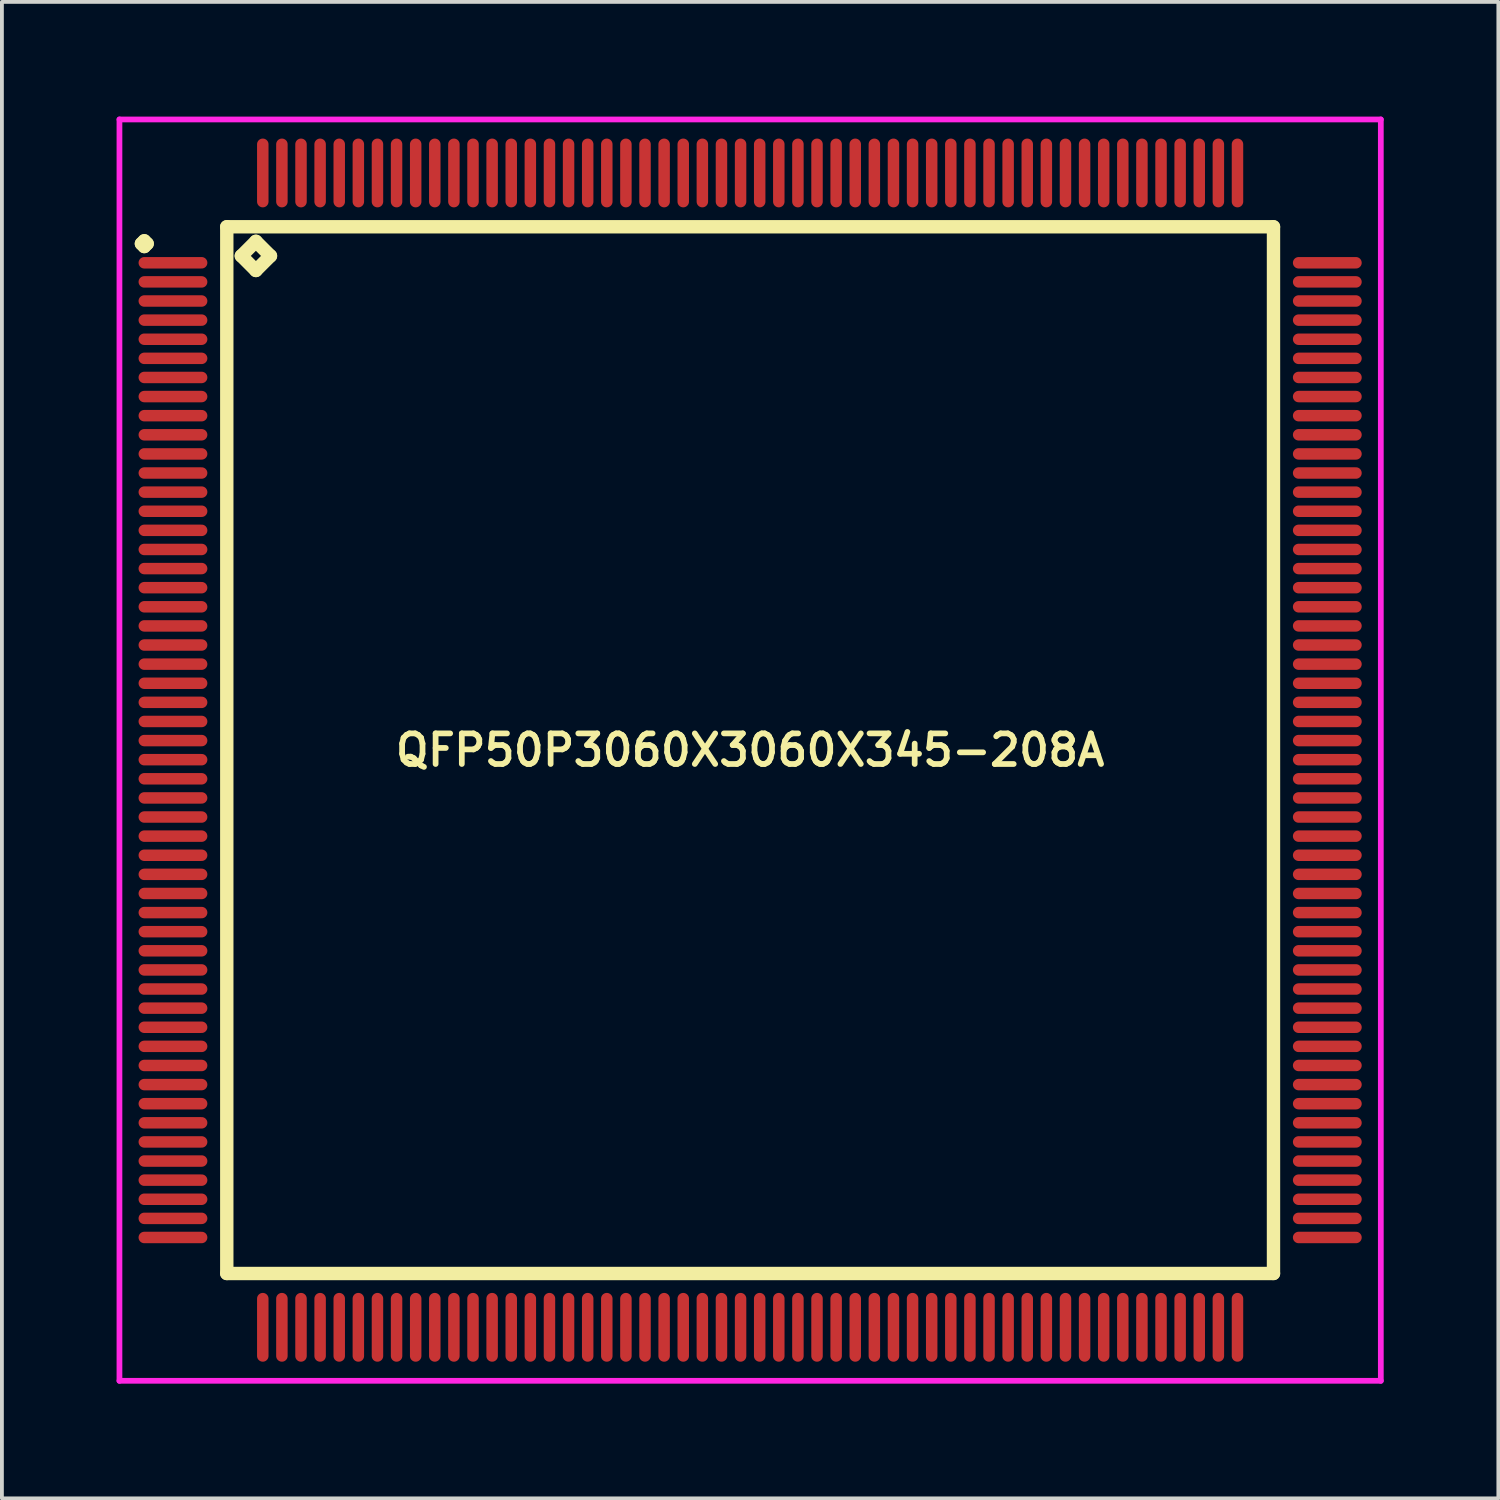
<source format=kicad_pcb>
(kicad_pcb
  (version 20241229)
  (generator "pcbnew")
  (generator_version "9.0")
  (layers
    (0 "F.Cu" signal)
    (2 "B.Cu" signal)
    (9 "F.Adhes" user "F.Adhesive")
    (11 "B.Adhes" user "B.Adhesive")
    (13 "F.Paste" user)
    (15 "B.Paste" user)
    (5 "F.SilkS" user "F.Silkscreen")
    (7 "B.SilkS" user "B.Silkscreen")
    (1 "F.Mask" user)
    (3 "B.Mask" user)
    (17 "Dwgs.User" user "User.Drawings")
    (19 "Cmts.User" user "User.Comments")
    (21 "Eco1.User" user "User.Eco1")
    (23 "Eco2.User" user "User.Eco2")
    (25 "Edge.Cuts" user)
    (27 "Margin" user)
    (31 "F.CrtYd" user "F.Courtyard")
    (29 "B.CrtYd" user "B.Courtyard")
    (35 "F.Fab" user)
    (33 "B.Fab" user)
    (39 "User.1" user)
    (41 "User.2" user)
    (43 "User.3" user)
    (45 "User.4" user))
  (footprint "QFP50P3060X3060X345-208A"
    (layer "F.Cu")
    (at 16.575 16.575)
    (property "Reference" "QFP50P3060X3060X345-208A" (at 0 0 0) (layer "F.SilkS") (effects (font (size 0.8 0.8) (thickness 0.15))))
    (attr smd)
    (fp_line (start -15.925 -13.25) (end -15.85 -13.325) (stroke (width 0.35) (type solid)) (layer "F.SilkS"))
    (fp_line (start -15.85 -13.325) (end -15.775 -13.25) (stroke (width 0.35) (type solid)) (layer "F.SilkS"))
    (fp_line (start -15.85 -13.175) (end -15.925 -13.25) (stroke (width 0.35) (type solid)) (layer "F.SilkS"))
    (fp_line (start -15.775 -13.25) (end -15.85 -13.175) (stroke (width 0.35) (type solid)) (layer "F.SilkS"))
    (fp_line (start -13.692 -13.692) (end -13.692 13.692) (stroke (width 0.35) (type solid)) (layer "F.SilkS"))
    (fp_line (start -13.692 13.692) (end 13.692 13.692) (stroke (width 0.35) (type solid)) (layer "F.SilkS"))
    (fp_line (start -13.311 -12.93) (end -12.93 -13.311) (stroke (width 0.35) (type solid)) (layer "F.SilkS"))
    (fp_line (start -12.93 -13.311) (end -12.549 -12.93) (stroke (width 0.35) (type solid)) (layer "F.SilkS"))
    (fp_line (start -12.93 -12.549) (end -13.311 -12.93) (stroke (width 0.35) (type solid)) (layer "F.SilkS"))
    (fp_line (start -12.549 -12.93) (end -12.93 -12.549) (stroke (width 0.35) (type solid)) (layer "F.SilkS"))
    (fp_line (start 13.692 -13.692) (end -13.692 -13.692) (stroke (width 0.35) (type solid)) (layer "F.SilkS"))
    (fp_line (start 13.692 13.692) (end 13.692 -13.692) (stroke (width 0.35) (type solid)) (layer "F.SilkS"))
    (fp_line (start -16.5 -16.5) (end 16.5 -16.5) (stroke (width 0.15) (type solid)) (layer "F.CrtYd"))
    (fp_line (start -16.5 16.5) (end -16.5 -16.5) (stroke (width 0.15) (type solid)) (layer "F.CrtYd"))
    (fp_line (start 16.5 -16.5) (end 16.5 16.5) (stroke (width 0.15) (type solid)) (layer "F.CrtYd"))
    (fp_line (start 16.5 16.5) (end -16.5 16.5) (stroke (width 0.15) (type solid)) (layer "F.CrtYd"))
    (pad "1" smd oval (at -15.1 -12.75) (size 1.8 0.3) (layers "F.Cu" "F.Mask" "F.Paste"))
    (pad "2" smd oval (at -15.1 -12.25) (size 1.8 0.3) (layers "F.Cu" "F.Mask" "F.Paste"))
    (pad "3" smd oval (at -15.1 -11.75) (size 1.8 0.3) (layers "F.Cu" "F.Mask" "F.Paste"))
    (pad "4" smd oval (at -15.1 -11.25) (size 1.8 0.3) (layers "F.Cu" "F.Mask" "F.Paste"))
    (pad "5" smd oval (at -15.1 -10.75) (size 1.8 0.3) (layers "F.Cu" "F.Mask" "F.Paste"))
    (pad "6" smd oval (at -15.1 -10.25) (size 1.8 0.3) (layers "F.Cu" "F.Mask" "F.Paste"))
    (pad "7" smd oval (at -15.1 -9.75) (size 1.8 0.3) (layers "F.Cu" "F.Mask" "F.Paste"))
    (pad "8" smd oval (at -15.1 -9.25) (size 1.8 0.3) (layers "F.Cu" "F.Mask" "F.Paste"))
    (pad "9" smd oval (at -15.1 -8.75) (size 1.8 0.3) (layers "F.Cu" "F.Mask" "F.Paste"))
    (pad "10" smd oval (at -15.1 -8.25) (size 1.8 0.3) (layers "F.Cu" "F.Mask" "F.Paste"))
    (pad "11" smd oval (at -15.1 -7.75) (size 1.8 0.3) (layers "F.Cu" "F.Mask" "F.Paste"))
    (pad "12" smd oval (at -15.1 -7.25) (size 1.8 0.3) (layers "F.Cu" "F.Mask" "F.Paste"))
    (pad "13" smd oval (at -15.1 -6.75) (size 1.8 0.3) (layers "F.Cu" "F.Mask" "F.Paste"))
    (pad "14" smd oval (at -15.1 -6.25) (size 1.8 0.3) (layers "F.Cu" "F.Mask" "F.Paste"))
    (pad "15" smd oval (at -15.1 -5.75) (size 1.8 0.3) (layers "F.Cu" "F.Mask" "F.Paste"))
    (pad "16" smd oval (at -15.1 -5.25) (size 1.8 0.3) (layers "F.Cu" "F.Mask" "F.Paste"))
    (pad "17" smd oval (at -15.1 -4.75) (size 1.8 0.3) (layers "F.Cu" "F.Mask" "F.Paste"))
    (pad "18" smd oval (at -15.1 -4.25) (size 1.8 0.3) (layers "F.Cu" "F.Mask" "F.Paste"))
    (pad "19" smd oval (at -15.1 -3.75) (size 1.8 0.3) (layers "F.Cu" "F.Mask" "F.Paste"))
    (pad "20" smd oval (at -15.1 -3.25) (size 1.8 0.3) (layers "F.Cu" "F.Mask" "F.Paste"))
    (pad "21" smd oval (at -15.1 -2.75) (size 1.8 0.3) (layers "F.Cu" "F.Mask" "F.Paste"))
    (pad "22" smd oval (at -15.1 -2.25) (size 1.8 0.3) (layers "F.Cu" "F.Mask" "F.Paste"))
    (pad "23" smd oval (at -15.1 -1.75) (size 1.8 0.3) (layers "F.Cu" "F.Mask" "F.Paste"))
    (pad "24" smd oval (at -15.1 -1.25) (size 1.8 0.3) (layers "F.Cu" "F.Mask" "F.Paste"))
    (pad "25" smd oval (at -15.1 -0.75) (size 1.8 0.3) (layers "F.Cu" "F.Mask" "F.Paste"))
    (pad "26" smd oval (at -15.1 -0.25) (size 1.8 0.3) (layers "F.Cu" "F.Mask" "F.Paste"))
    (pad "27" smd oval (at -15.1 0.25) (size 1.8 0.3) (layers "F.Cu" "F.Mask" "F.Paste"))
    (pad "28" smd oval (at -15.1 0.75) (size 1.8 0.3) (layers "F.Cu" "F.Mask" "F.Paste"))
    (pad "29" smd oval (at -15.1 1.25) (size 1.8 0.3) (layers "F.Cu" "F.Mask" "F.Paste"))
    (pad "30" smd oval (at -15.1 1.75) (size 1.8 0.3) (layers "F.Cu" "F.Mask" "F.Paste"))
    (pad "31" smd oval (at -15.1 2.25) (size 1.8 0.3) (layers "F.Cu" "F.Mask" "F.Paste"))
    (pad "32" smd oval (at -15.1 2.75) (size 1.8 0.3) (layers "F.Cu" "F.Mask" "F.Paste"))
    (pad "33" smd oval (at -15.1 3.25) (size 1.8 0.3) (layers "F.Cu" "F.Mask" "F.Paste"))
    (pad "34" smd oval (at -15.1 3.75) (size 1.8 0.3) (layers "F.Cu" "F.Mask" "F.Paste"))
    (pad "35" smd oval (at -15.1 4.25) (size 1.8 0.3) (layers "F.Cu" "F.Mask" "F.Paste"))
    (pad "36" smd oval (at -15.1 4.75) (size 1.8 0.3) (layers "F.Cu" "F.Mask" "F.Paste"))
    (pad "37" smd oval (at -15.1 5.25) (size 1.8 0.3) (layers "F.Cu" "F.Mask" "F.Paste"))
    (pad "38" smd oval (at -15.1 5.75) (size 1.8 0.3) (layers "F.Cu" "F.Mask" "F.Paste"))
    (pad "39" smd oval (at -15.1 6.25) (size 1.8 0.3) (layers "F.Cu" "F.Mask" "F.Paste"))
    (pad "40" smd oval (at -15.1 6.75) (size 1.8 0.3) (layers "F.Cu" "F.Mask" "F.Paste"))
    (pad "41" smd oval (at -15.1 7.25) (size 1.8 0.3) (layers "F.Cu" "F.Mask" "F.Paste"))
    (pad "42" smd oval (at -15.1 7.75) (size 1.8 0.3) (layers "F.Cu" "F.Mask" "F.Paste"))
    (pad "43" smd oval (at -15.1 8.25) (size 1.8 0.3) (layers "F.Cu" "F.Mask" "F.Paste"))
    (pad "44" smd oval (at -15.1 8.75) (size 1.8 0.3) (layers "F.Cu" "F.Mask" "F.Paste"))
    (pad "45" smd oval (at -15.1 9.25) (size 1.8 0.3) (layers "F.Cu" "F.Mask" "F.Paste"))
    (pad "46" smd oval (at -15.1 9.75) (size 1.8 0.3) (layers "F.Cu" "F.Mask" "F.Paste"))
    (pad "47" smd oval (at -15.1 10.25) (size 1.8 0.3) (layers "F.Cu" "F.Mask" "F.Paste"))
    (pad "48" smd oval (at -15.1 10.75) (size 1.8 0.3) (layers "F.Cu" "F.Mask" "F.Paste"))
    (pad "49" smd oval (at -15.1 11.25) (size 1.8 0.3) (layers "F.Cu" "F.Mask" "F.Paste"))
    (pad "50" smd oval (at -15.1 11.75) (size 1.8 0.3) (layers "F.Cu" "F.Mask" "F.Paste"))
    (pad "51" smd oval (at -15.1 12.25) (size 1.8 0.3) (layers "F.Cu" "F.Mask" "F.Paste"))
    (pad "52" smd oval (at -15.1 12.75) (size 1.8 0.3) (layers "F.Cu" "F.Mask" "F.Paste"))
    (pad "53" smd oval (at -12.75 15.1) (size 0.3 1.8) (layers "F.Cu" "F.Mask" "F.Paste"))
    (pad "54" smd oval (at -12.25 15.1) (size 0.3 1.8) (layers "F.Cu" "F.Mask" "F.Paste"))
    (pad "55" smd oval (at -11.75 15.1) (size 0.3 1.8) (layers "F.Cu" "F.Mask" "F.Paste"))
    (pad "56" smd oval (at -11.25 15.1) (size 0.3 1.8) (layers "F.Cu" "F.Mask" "F.Paste"))
    (pad "57" smd oval (at -10.75 15.1) (size 0.3 1.8) (layers "F.Cu" "F.Mask" "F.Paste"))
    (pad "58" smd oval (at -10.25 15.1) (size 0.3 1.8) (layers "F.Cu" "F.Mask" "F.Paste"))
    (pad "59" smd oval (at -9.75 15.1) (size 0.3 1.8) (layers "F.Cu" "F.Mask" "F.Paste"))
    (pad "60" smd oval (at -9.25 15.1) (size 0.3 1.8) (layers "F.Cu" "F.Mask" "F.Paste"))
    (pad "61" smd oval (at -8.75 15.1) (size 0.3 1.8) (layers "F.Cu" "F.Mask" "F.Paste"))
    (pad "62" smd oval (at -8.25 15.1) (size 0.3 1.8) (layers "F.Cu" "F.Mask" "F.Paste"))
    (pad "63" smd oval (at -7.75 15.1) (size 0.3 1.8) (layers "F.Cu" "F.Mask" "F.Paste"))
    (pad "64" smd oval (at -7.25 15.1) (size 0.3 1.8) (layers "F.Cu" "F.Mask" "F.Paste"))
    (pad "65" smd oval (at -6.75 15.1) (size 0.3 1.8) (layers "F.Cu" "F.Mask" "F.Paste"))
    (pad "66" smd oval (at -6.25 15.1) (size 0.3 1.8) (layers "F.Cu" "F.Mask" "F.Paste"))
    (pad "67" smd oval (at -5.75 15.1) (size 0.3 1.8) (layers "F.Cu" "F.Mask" "F.Paste"))
    (pad "68" smd oval (at -5.25 15.1) (size 0.3 1.8) (layers "F.Cu" "F.Mask" "F.Paste"))
    (pad "69" smd oval (at -4.75 15.1) (size 0.3 1.8) (layers "F.Cu" "F.Mask" "F.Paste"))
    (pad "70" smd oval (at -4.25 15.1) (size 0.3 1.8) (layers "F.Cu" "F.Mask" "F.Paste"))
    (pad "71" smd oval (at -3.75 15.1) (size 0.3 1.8) (layers "F.Cu" "F.Mask" "F.Paste"))
    (pad "72" smd oval (at -3.25 15.1) (size 0.3 1.8) (layers "F.Cu" "F.Mask" "F.Paste"))
    (pad "73" smd oval (at -2.75 15.1) (size 0.3 1.8) (layers "F.Cu" "F.Mask" "F.Paste"))
    (pad "74" smd oval (at -2.25 15.1) (size 0.3 1.8) (layers "F.Cu" "F.Mask" "F.Paste"))
    (pad "75" smd oval (at -1.75 15.1) (size 0.3 1.8) (layers "F.Cu" "F.Mask" "F.Paste"))
    (pad "76" smd oval (at -1.25 15.1) (size 0.3 1.8) (layers "F.Cu" "F.Mask" "F.Paste"))
    (pad "77" smd oval (at -0.75 15.1) (size 0.3 1.8) (layers "F.Cu" "F.Mask" "F.Paste"))
    (pad "78" smd oval (at -0.25 15.1) (size 0.3 1.8) (layers "F.Cu" "F.Mask" "F.Paste"))
    (pad "79" smd oval (at 0.25 15.1) (size 0.3 1.8) (layers "F.Cu" "F.Mask" "F.Paste"))
    (pad "80" smd oval (at 0.75 15.1) (size 0.3 1.8) (layers "F.Cu" "F.Mask" "F.Paste"))
    (pad "81" smd oval (at 1.25 15.1) (size 0.3 1.8) (layers "F.Cu" "F.Mask" "F.Paste"))
    (pad "82" smd oval (at 1.75 15.1) (size 0.3 1.8) (layers "F.Cu" "F.Mask" "F.Paste"))
    (pad "83" smd oval (at 2.25 15.1) (size 0.3 1.8) (layers "F.Cu" "F.Mask" "F.Paste"))
    (pad "84" smd oval (at 2.75 15.1) (size 0.3 1.8) (layers "F.Cu" "F.Mask" "F.Paste"))
    (pad "85" smd oval (at 3.25 15.1) (size 0.3 1.8) (layers "F.Cu" "F.Mask" "F.Paste"))
    (pad "86" smd oval (at 3.75 15.1) (size 0.3 1.8) (layers "F.Cu" "F.Mask" "F.Paste"))
    (pad "87" smd oval (at 4.25 15.1) (size 0.3 1.8) (layers "F.Cu" "F.Mask" "F.Paste"))
    (pad "88" smd oval (at 4.75 15.1) (size 0.3 1.8) (layers "F.Cu" "F.Mask" "F.Paste"))
    (pad "89" smd oval (at 5.25 15.1) (size 0.3 1.8) (layers "F.Cu" "F.Mask" "F.Paste"))
    (pad "90" smd oval (at 5.75 15.1) (size 0.3 1.8) (layers "F.Cu" "F.Mask" "F.Paste"))
    (pad "91" smd oval (at 6.25 15.1) (size 0.3 1.8) (layers "F.Cu" "F.Mask" "F.Paste"))
    (pad "92" smd oval (at 6.75 15.1) (size 0.3 1.8) (layers "F.Cu" "F.Mask" "F.Paste"))
    (pad "93" smd oval (at 7.25 15.1) (size 0.3 1.8) (layers "F.Cu" "F.Mask" "F.Paste"))
    (pad "94" smd oval (at 7.75 15.1) (size 0.3 1.8) (layers "F.Cu" "F.Mask" "F.Paste"))
    (pad "95" smd oval (at 8.25 15.1) (size 0.3 1.8) (layers "F.Cu" "F.Mask" "F.Paste"))
    (pad "96" smd oval (at 8.75 15.1) (size 0.3 1.8) (layers "F.Cu" "F.Mask" "F.Paste"))
    (pad "97" smd oval (at 9.25 15.1) (size 0.3 1.8) (layers "F.Cu" "F.Mask" "F.Paste"))
    (pad "98" smd oval (at 9.75 15.1) (size 0.3 1.8) (layers "F.Cu" "F.Mask" "F.Paste"))
    (pad "99" smd oval (at 10.25 15.1) (size 0.3 1.8) (layers "F.Cu" "F.Mask" "F.Paste"))
    (pad "100" smd oval (at 10.75 15.1) (size 0.3 1.8) (layers "F.Cu" "F.Mask" "F.Paste"))
    (pad "101" smd oval (at 11.25 15.1) (size 0.3 1.8) (layers "F.Cu" "F.Mask" "F.Paste"))
    (pad "102" smd oval (at 11.75 15.1) (size 0.3 1.8) (layers "F.Cu" "F.Mask" "F.Paste"))
    (pad "103" smd oval (at 12.25 15.1) (size 0.3 1.8) (layers "F.Cu" "F.Mask" "F.Paste"))
    (pad "104" smd oval (at 12.75 15.1) (size 0.3 1.8) (layers "F.Cu" "F.Mask" "F.Paste"))
    (pad "105" smd oval (at 15.1 12.75) (size 1.8 0.3) (layers "F.Cu" "F.Mask" "F.Paste"))
    (pad "106" smd oval (at 15.1 12.25) (size 1.8 0.3) (layers "F.Cu" "F.Mask" "F.Paste"))
    (pad "107" smd oval (at 15.1 11.75) (size 1.8 0.3) (layers "F.Cu" "F.Mask" "F.Paste"))
    (pad "108" smd oval (at 15.1 11.25) (size 1.8 0.3) (layers "F.Cu" "F.Mask" "F.Paste"))
    (pad "109" smd oval (at 15.1 10.75) (size 1.8 0.3) (layers "F.Cu" "F.Mask" "F.Paste"))
    (pad "110" smd oval (at 15.1 10.25) (size 1.8 0.3) (layers "F.Cu" "F.Mask" "F.Paste"))
    (pad "111" smd oval (at 15.1 9.75) (size 1.8 0.3) (layers "F.Cu" "F.Mask" "F.Paste"))
    (pad "112" smd oval (at 15.1 9.25) (size 1.8 0.3) (layers "F.Cu" "F.Mask" "F.Paste"))
    (pad "113" smd oval (at 15.1 8.75) (size 1.8 0.3) (layers "F.Cu" "F.Mask" "F.Paste"))
    (pad "114" smd oval (at 15.1 8.25) (size 1.8 0.3) (layers "F.Cu" "F.Mask" "F.Paste"))
    (pad "115" smd oval (at 15.1 7.75) (size 1.8 0.3) (layers "F.Cu" "F.Mask" "F.Paste"))
    (pad "116" smd oval (at 15.1 7.25) (size 1.8 0.3) (layers "F.Cu" "F.Mask" "F.Paste"))
    (pad "117" smd oval (at 15.1 6.75) (size 1.8 0.3) (layers "F.Cu" "F.Mask" "F.Paste"))
    (pad "118" smd oval (at 15.1 6.25) (size 1.8 0.3) (layers "F.Cu" "F.Mask" "F.Paste"))
    (pad "119" smd oval (at 15.1 5.75) (size 1.8 0.3) (layers "F.Cu" "F.Mask" "F.Paste"))
    (pad "120" smd oval (at 15.1 5.25) (size 1.8 0.3) (layers "F.Cu" "F.Mask" "F.Paste"))
    (pad "121" smd oval (at 15.1 4.75) (size 1.8 0.3) (layers "F.Cu" "F.Mask" "F.Paste"))
    (pad "122" smd oval (at 15.1 4.25) (size 1.8 0.3) (layers "F.Cu" "F.Mask" "F.Paste"))
    (pad "123" smd oval (at 15.1 3.75) (size 1.8 0.3) (layers "F.Cu" "F.Mask" "F.Paste"))
    (pad "124" smd oval (at 15.1 3.25) (size 1.8 0.3) (layers "F.Cu" "F.Mask" "F.Paste"))
    (pad "125" smd oval (at 15.1 2.75) (size 1.8 0.3) (layers "F.Cu" "F.Mask" "F.Paste"))
    (pad "126" smd oval (at 15.1 2.25) (size 1.8 0.3) (layers "F.Cu" "F.Mask" "F.Paste"))
    (pad "127" smd oval (at 15.1 1.75) (size 1.8 0.3) (layers "F.Cu" "F.Mask" "F.Paste"))
    (pad "128" smd oval (at 15.1 1.25) (size 1.8 0.3) (layers "F.Cu" "F.Mask" "F.Paste"))
    (pad "129" smd oval (at 15.1 0.75) (size 1.8 0.3) (layers "F.Cu" "F.Mask" "F.Paste"))
    (pad "130" smd oval (at 15.1 0.25) (size 1.8 0.3) (layers "F.Cu" "F.Mask" "F.Paste"))
    (pad "131" smd oval (at 15.1 -0.25) (size 1.8 0.3) (layers "F.Cu" "F.Mask" "F.Paste"))
    (pad "132" smd oval (at 15.1 -0.75) (size 1.8 0.3) (layers "F.Cu" "F.Mask" "F.Paste"))
    (pad "133" smd oval (at 15.1 -1.25) (size 1.8 0.3) (layers "F.Cu" "F.Mask" "F.Paste"))
    (pad "134" smd oval (at 15.1 -1.75) (size 1.8 0.3) (layers "F.Cu" "F.Mask" "F.Paste"))
    (pad "135" smd oval (at 15.1 -2.25) (size 1.8 0.3) (layers "F.Cu" "F.Mask" "F.Paste"))
    (pad "136" smd oval (at 15.1 -2.75) (size 1.8 0.3) (layers "F.Cu" "F.Mask" "F.Paste"))
    (pad "137" smd oval (at 15.1 -3.25) (size 1.8 0.3) (layers "F.Cu" "F.Mask" "F.Paste"))
    (pad "138" smd oval (at 15.1 -3.75) (size 1.8 0.3) (layers "F.Cu" "F.Mask" "F.Paste"))
    (pad "139" smd oval (at 15.1 -4.25) (size 1.8 0.3) (layers "F.Cu" "F.Mask" "F.Paste"))
    (pad "140" smd oval (at 15.1 -4.75) (size 1.8 0.3) (layers "F.Cu" "F.Mask" "F.Paste"))
    (pad "141" smd oval (at 15.1 -5.25) (size 1.8 0.3) (layers "F.Cu" "F.Mask" "F.Paste"))
    (pad "142" smd oval (at 15.1 -5.75) (size 1.8 0.3) (layers "F.Cu" "F.Mask" "F.Paste"))
    (pad "143" smd oval (at 15.1 -6.25) (size 1.8 0.3) (layers "F.Cu" "F.Mask" "F.Paste"))
    (pad "144" smd oval (at 15.1 -6.75) (size 1.8 0.3) (layers "F.Cu" "F.Mask" "F.Paste"))
    (pad "145" smd oval (at 15.1 -7.25) (size 1.8 0.3) (layers "F.Cu" "F.Mask" "F.Paste"))
    (pad "146" smd oval (at 15.1 -7.75) (size 1.8 0.3) (layers "F.Cu" "F.Mask" "F.Paste"))
    (pad "147" smd oval (at 15.1 -8.25) (size 1.8 0.3) (layers "F.Cu" "F.Mask" "F.Paste"))
    (pad "148" smd oval (at 15.1 -8.75) (size 1.8 0.3) (layers "F.Cu" "F.Mask" "F.Paste"))
    (pad "149" smd oval (at 15.1 -9.25) (size 1.8 0.3) (layers "F.Cu" "F.Mask" "F.Paste"))
    (pad "150" smd oval (at 15.1 -9.75) (size 1.8 0.3) (layers "F.Cu" "F.Mask" "F.Paste"))
    (pad "151" smd oval (at 15.1 -10.25) (size 1.8 0.3) (layers "F.Cu" "F.Mask" "F.Paste"))
    (pad "152" smd oval (at 15.1 -10.75) (size 1.8 0.3) (layers "F.Cu" "F.Mask" "F.Paste"))
    (pad "153" smd oval (at 15.1 -11.25) (size 1.8 0.3) (layers "F.Cu" "F.Mask" "F.Paste"))
    (pad "154" smd oval (at 15.1 -11.75) (size 1.8 0.3) (layers "F.Cu" "F.Mask" "F.Paste"))
    (pad "155" smd oval (at 15.1 -12.25) (size 1.8 0.3) (layers "F.Cu" "F.Mask" "F.Paste"))
    (pad "156" smd oval (at 15.1 -12.75) (size 1.8 0.3) (layers "F.Cu" "F.Mask" "F.Paste"))
    (pad "157" smd oval (at 12.75 -15.1) (size 0.3 1.8) (layers "F.Cu" "F.Mask" "F.Paste"))
    (pad "158" smd oval (at 12.25 -15.1) (size 0.3 1.8) (layers "F.Cu" "F.Mask" "F.Paste"))
    (pad "159" smd oval (at 11.75 -15.1) (size 0.3 1.8) (layers "F.Cu" "F.Mask" "F.Paste"))
    (pad "160" smd oval (at 11.25 -15.1) (size 0.3 1.8) (layers "F.Cu" "F.Mask" "F.Paste"))
    (pad "161" smd oval (at 10.75 -15.1) (size 0.3 1.8) (layers "F.Cu" "F.Mask" "F.Paste"))
    (pad "162" smd oval (at 10.25 -15.1) (size 0.3 1.8) (layers "F.Cu" "F.Mask" "F.Paste"))
    (pad "163" smd oval (at 9.75 -15.1) (size 0.3 1.8) (layers "F.Cu" "F.Mask" "F.Paste"))
    (pad "164" smd oval (at 9.25 -15.1) (size 0.3 1.8) (layers "F.Cu" "F.Mask" "F.Paste"))
    (pad "165" smd oval (at 8.75 -15.1) (size 0.3 1.8) (layers "F.Cu" "F.Mask" "F.Paste"))
    (pad "166" smd oval (at 8.25 -15.1) (size 0.3 1.8) (layers "F.Cu" "F.Mask" "F.Paste"))
    (pad "167" smd oval (at 7.75 -15.1) (size 0.3 1.8) (layers "F.Cu" "F.Mask" "F.Paste"))
    (pad "168" smd oval (at 7.25 -15.1) (size 0.3 1.8) (layers "F.Cu" "F.Mask" "F.Paste"))
    (pad "169" smd oval (at 6.75 -15.1) (size 0.3 1.8) (layers "F.Cu" "F.Mask" "F.Paste"))
    (pad "170" smd oval (at 6.25 -15.1) (size 0.3 1.8) (layers "F.Cu" "F.Mask" "F.Paste"))
    (pad "171" smd oval (at 5.75 -15.1) (size 0.3 1.8) (layers "F.Cu" "F.Mask" "F.Paste"))
    (pad "172" smd oval (at 5.25 -15.1) (size 0.3 1.8) (layers "F.Cu" "F.Mask" "F.Paste"))
    (pad "173" smd oval (at 4.75 -15.1) (size 0.3 1.8) (layers "F.Cu" "F.Mask" "F.Paste"))
    (pad "174" smd oval (at 4.25 -15.1) (size 0.3 1.8) (layers "F.Cu" "F.Mask" "F.Paste"))
    (pad "175" smd oval (at 3.75 -15.1) (size 0.3 1.8) (layers "F.Cu" "F.Mask" "F.Paste"))
    (pad "176" smd oval (at 3.25 -15.1) (size 0.3 1.8) (layers "F.Cu" "F.Mask" "F.Paste"))
    (pad "177" smd oval (at 2.75 -15.1) (size 0.3 1.8) (layers "F.Cu" "F.Mask" "F.Paste"))
    (pad "178" smd oval (at 2.25 -15.1) (size 0.3 1.8) (layers "F.Cu" "F.Mask" "F.Paste"))
    (pad "179" smd oval (at 1.75 -15.1) (size 0.3 1.8) (layers "F.Cu" "F.Mask" "F.Paste"))
    (pad "180" smd oval (at 1.25 -15.1) (size 0.3 1.8) (layers "F.Cu" "F.Mask" "F.Paste"))
    (pad "181" smd oval (at 0.75 -15.1) (size 0.3 1.8) (layers "F.Cu" "F.Mask" "F.Paste"))
    (pad "182" smd oval (at 0.25 -15.1) (size 0.3 1.8) (layers "F.Cu" "F.Mask" "F.Paste"))
    (pad "183" smd oval (at -0.25 -15.1) (size 0.3 1.8) (layers "F.Cu" "F.Mask" "F.Paste"))
    (pad "184" smd oval (at -0.75 -15.1) (size 0.3 1.8) (layers "F.Cu" "F.Mask" "F.Paste"))
    (pad "185" smd oval (at -1.25 -15.1) (size 0.3 1.8) (layers "F.Cu" "F.Mask" "F.Paste"))
    (pad "186" smd oval (at -1.75 -15.1) (size 0.3 1.8) (layers "F.Cu" "F.Mask" "F.Paste"))
    (pad "187" smd oval (at -2.25 -15.1) (size 0.3 1.8) (layers "F.Cu" "F.Mask" "F.Paste"))
    (pad "188" smd oval (at -2.75 -15.1) (size 0.3 1.8) (layers "F.Cu" "F.Mask" "F.Paste"))
    (pad "189" smd oval (at -3.25 -15.1) (size 0.3 1.8) (layers "F.Cu" "F.Mask" "F.Paste"))
    (pad "190" smd oval (at -3.75 -15.1) (size 0.3 1.8) (layers "F.Cu" "F.Mask" "F.Paste"))
    (pad "191" smd oval (at -4.25 -15.1) (size 0.3 1.8) (layers "F.Cu" "F.Mask" "F.Paste"))
    (pad "192" smd oval (at -4.75 -15.1) (size 0.3 1.8) (layers "F.Cu" "F.Mask" "F.Paste"))
    (pad "193" smd oval (at -5.25 -15.1) (size 0.3 1.8) (layers "F.Cu" "F.Mask" "F.Paste"))
    (pad "194" smd oval (at -5.75 -15.1) (size 0.3 1.8) (layers "F.Cu" "F.Mask" "F.Paste"))
    (pad "195" smd oval (at -6.25 -15.1) (size 0.3 1.8) (layers "F.Cu" "F.Mask" "F.Paste"))
    (pad "196" smd oval (at -6.75 -15.1) (size 0.3 1.8) (layers "F.Cu" "F.Mask" "F.Paste"))
    (pad "197" smd oval (at -7.25 -15.1) (size 0.3 1.8) (layers "F.Cu" "F.Mask" "F.Paste"))
    (pad "198" smd oval (at -7.75 -15.1) (size 0.3 1.8) (layers "F.Cu" "F.Mask" "F.Paste"))
    (pad "199" smd oval (at -8.25 -15.1) (size 0.3 1.8) (layers "F.Cu" "F.Mask" "F.Paste"))
    (pad "200" smd oval (at -8.75 -15.1) (size 0.3 1.8) (layers "F.Cu" "F.Mask" "F.Paste"))
    (pad "201" smd oval (at -9.25 -15.1) (size 0.3 1.8) (layers "F.Cu" "F.Mask" "F.Paste"))
    (pad "202" smd oval (at -9.75 -15.1) (size 0.3 1.8) (layers "F.Cu" "F.Mask" "F.Paste"))
    (pad "203" smd oval (at -10.25 -15.1) (size 0.3 1.8) (layers "F.Cu" "F.Mask" "F.Paste"))
    (pad "204" smd oval (at -10.75 -15.1) (size 0.3 1.8) (layers "F.Cu" "F.Mask" "F.Paste"))
    (pad "205" smd oval (at -11.25 -15.1) (size 0.3 1.8) (layers "F.Cu" "F.Mask" "F.Paste"))
    (pad "206" smd oval (at -11.75 -15.1) (size 0.3 1.8) (layers "F.Cu" "F.Mask" "F.Paste"))
    (pad "207" smd oval (at -12.25 -15.1) (size 0.3 1.8) (layers "F.Cu" "F.Mask" "F.Paste"))
    (pad "208" smd oval (at -12.75 -15.1) (size 0.3 1.8) (layers "F.Cu" "F.Mask" "F.Paste")))
  (gr_rect
    (start -3 -3)
    (end 36.15 36.15)
    (stroke (width 0.1) (type default))
    (fill no)
    (layer "Edge.Cuts")))
</source>
